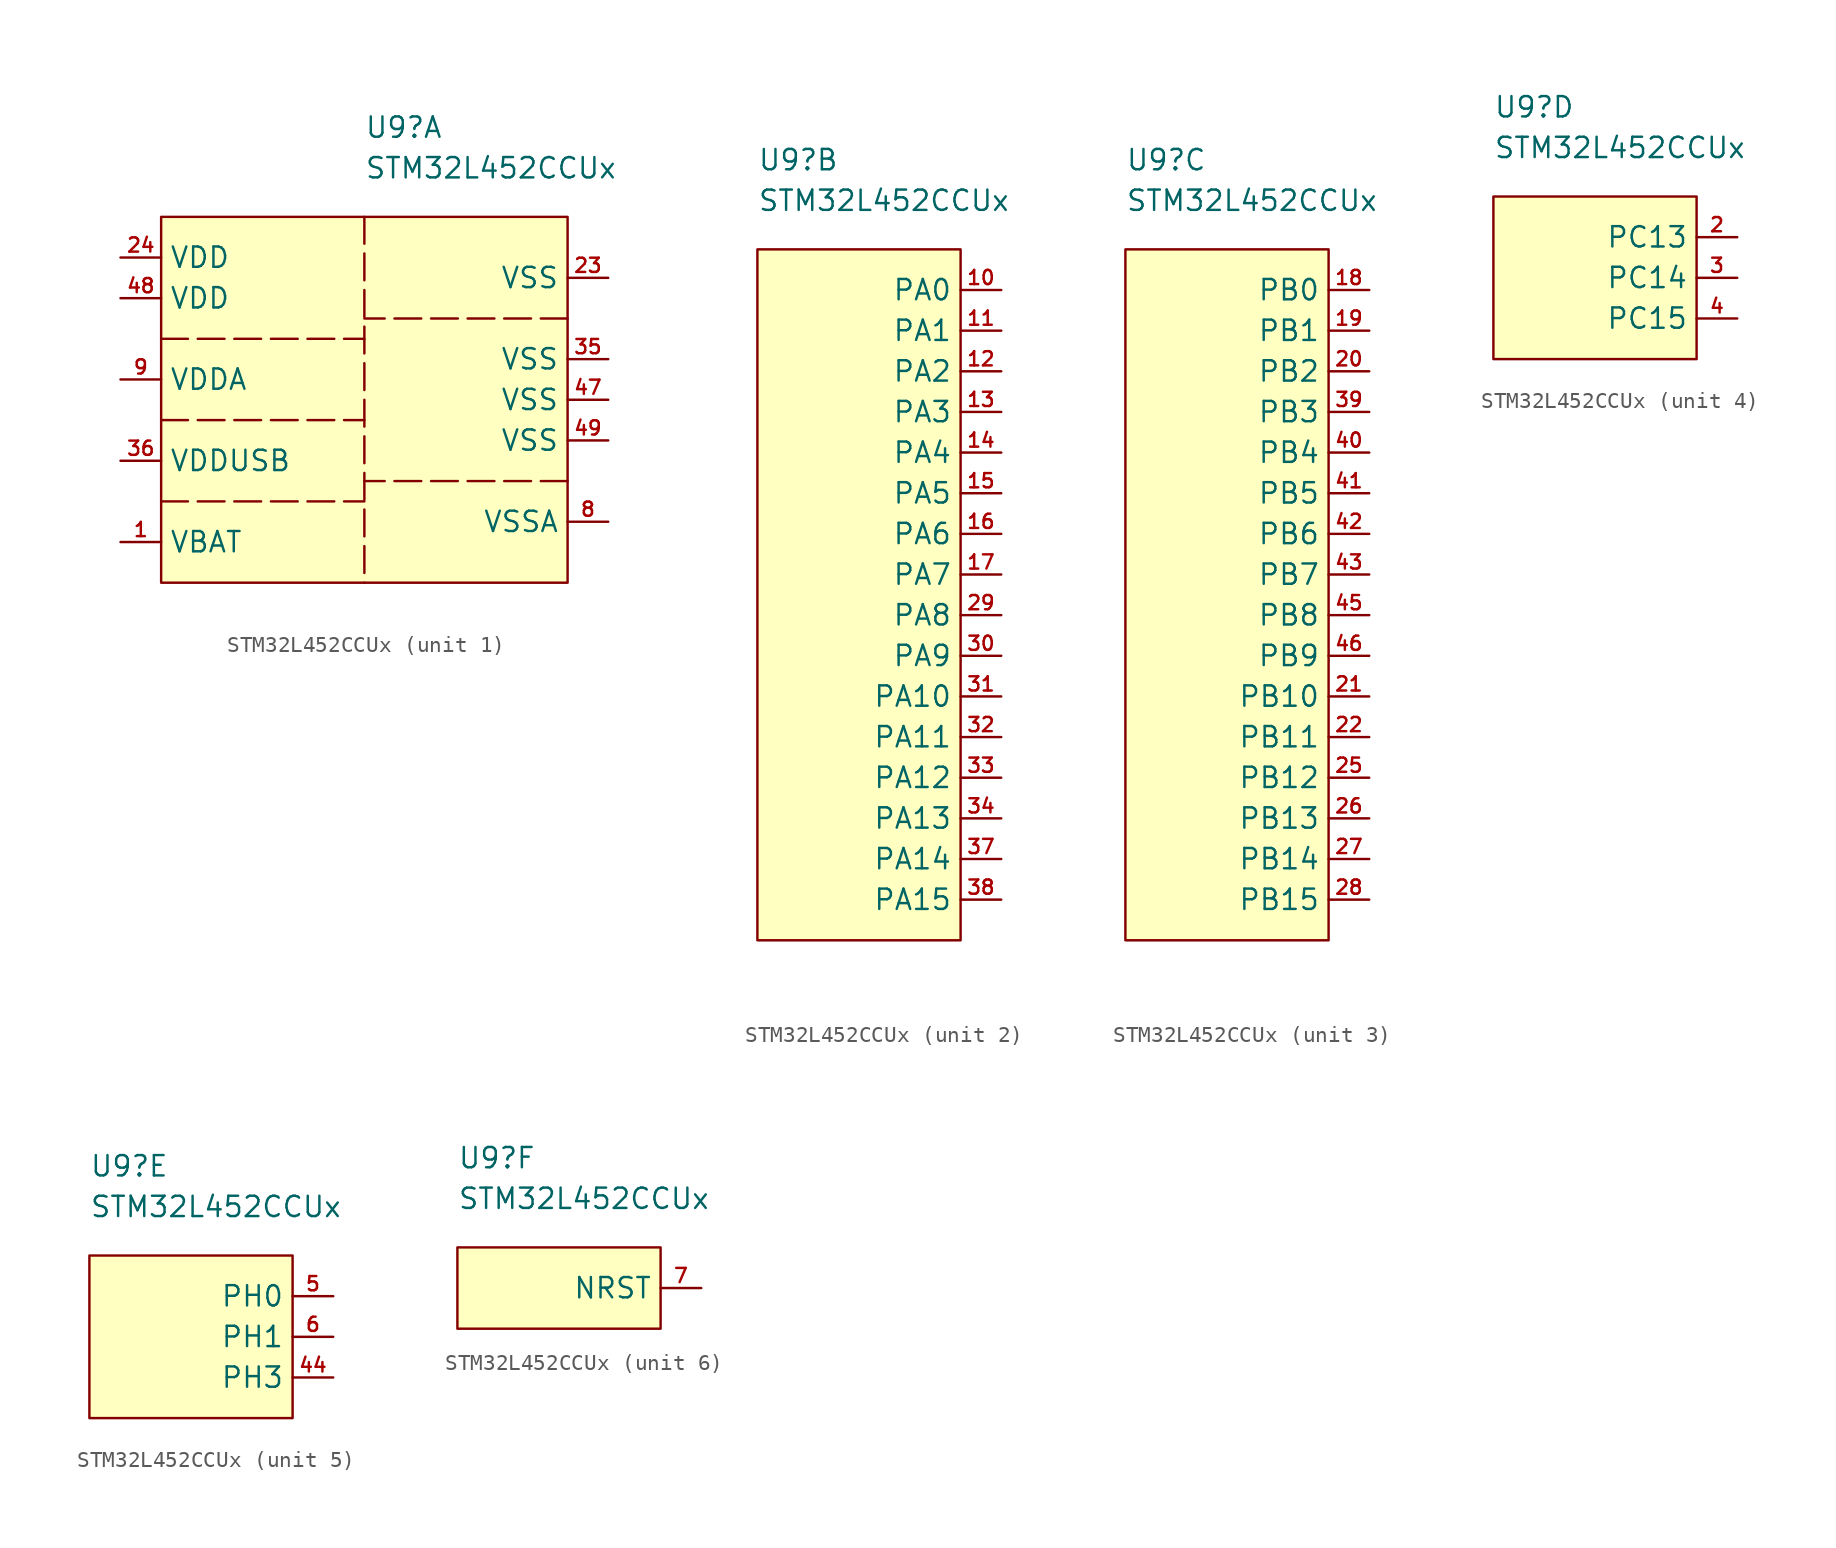
<source format=kicad_sym>
(kicad_symbol_lib
  (version 20241209)
  (generator "kicad_symbol_editor")
  (generator_version "9.0")
  (symbol "STM32L452CCUx"
    (property "Reference" "U9"
      (at 0 5.588 0)
      (effects (font (size 1.27 1.27)) (justify left)))
    (property "Value" "STM32L452CCUx"
      (at 0 3.048 0)
      (effects (font (size 1.27 1.27)) (justify left)))
    (property "ki_locked" ""
      (at 0 0 0)
      (effects (font (size 1.27 1.27))))
    (symbol "STM32L452CCUx_1_1"
      (rectangle (start -12.7 0) (end 12.7 -22.86) (stroke (width 0) (type solid)) (fill (type background)))
      (polyline (pts (xy -12.7 -7.62) (xy 0 -7.62)) (stroke (width 0) (type dash)) (fill (type none)))
      (polyline (pts (xy -12.7 -12.7) (xy 0 -12.7)) (stroke (width 0) (type dash)) (fill (type none)))
      (polyline (pts (xy -12.7 -17.78) (xy 0 -17.78)) (stroke (width 0) (type dash)) (fill (type none)))
      (polyline (pts (xy 0 0) (xy 0 -22.86)) (stroke (width 0) (type dash)) (fill (type none)))
      (polyline (pts (xy 12.7 -6.35) (xy 0 -6.35)) (stroke (width 0) (type dash)) (fill (type none)))
      (polyline (pts (xy 12.7 -16.51) (xy 0 -16.51)) (stroke (width 0) (type dash)) (fill (type none)))
      (pin power_in line (at -15.24 -2.54 0) (length 2.54) (name "VDD" (effects (font (size 1.27 1.27)))) (number "24" (effects (font (size 0.889 0.889)))))
      (pin power_in line (at -15.24 -5.08 0) (length 2.54) (name "VDD" (effects (font (size 1.27 1.27)))) (number "48" (effects (font (size 0.889 0.889)))))
      (pin power_in line (at -15.24 -10.16 0) (length 2.54) (name "VDDA" (effects (font (size 1.27 1.27)))) (number "9" (effects (font (size 0.889 0.889)))))
      (pin power_in line (at -15.24 -15.24 0) (length 2.54) (name "VDDUSB" (effects (font (size 1.27 1.27)))) (number "36" (effects (font (size 0.889 0.889)))))
      (pin power_in line (at -15.24 -20.32 0) (length 2.54) (name "VBAT" (effects (font (size 1.27 1.27)))) (number "1" (effects (font (size 0.889 0.889)))))
      (pin power_in line (at 15.24 -3.81 180) (length 2.54) (name "VSS" (effects (font (size 1.27 1.27)))) (number "23" (effects (font (size 0.889 0.889)))))
      (pin power_in line (at 15.24 -8.89 180) (length 2.54) (name "VSS" (effects (font (size 1.27 1.27)))) (number "35" (effects (font (size 0.889 0.889)))))
      (pin power_in line (at 15.24 -11.43 180) (length 2.54) (name "VSS" (effects (font (size 1.27 1.27)))) (number "47" (effects (font (size 0.889 0.889)))))
      (pin power_in line (at 15.24 -13.97 180) (length 2.54) (name "VSS" (effects (font (size 1.27 1.27)))) (number "49" (effects (font (size 0.889 0.889)))))
      (pin power_in line (at 15.24 -19.05 180) (length 2.54) (name "VSSA" (effects (font (size 1.27 1.27)))) (number "8" (effects (font (size 0.889 0.889))))))
    (symbol "STM32L452CCUx_2_1"
      (rectangle (start 0 0) (end 12.7 -43.18) (stroke (width 0) (type solid)) (fill (type background)))
      (pin bidirectional line (at 15.24 -2.54 180) (length 2.54) (name "PA0" (effects (font (size 1.27 1.27)))) (number "10" (effects (font (size 0.889 0.889)))) (alternate "ADC1_IN5" bidirectional line) (alternate "COMP1_INM" bidirectional line) (alternate "COMP1_OUT" bidirectional line) (alternate "OPAMP1_VINP" bidirectional line) (alternate "RTC_TAMP2" bidirectional line) (alternate "SAI1_EXTCLK" bidirectional line) (alternate "SYS_WKUP1" bidirectional line) (alternate "TIM2_CH1" bidirectional line) (alternate "TIM2_ETR" bidirectional line) (alternate "UART4_TX" bidirectional line) (alternate "USART2_CTS" bidirectional line))
      (pin bidirectional line (at 15.24 -5.08 180) (length 2.54) (name "PA1" (effects (font (size 1.27 1.27)))) (number "11" (effects (font (size 0.889 0.889)))) (alternate "ADC1_IN6" bidirectional line) (alternate "COMP1_INP" bidirectional line) (alternate "I2C1_SMBA" bidirectional line) (alternate "OPAMP1_VINM" bidirectional line) (alternate "SPI1_SCK" bidirectional line) (alternate "TIM15_CH1N" bidirectional line) (alternate "TIM2_CH2" bidirectional line) (alternate "UART4_RX" bidirectional line) (alternate "USART2_DE" bidirectional line) (alternate "USART2_RTS" bidirectional line))
      (pin bidirectional line (at 15.24 -7.62 180) (length 2.54) (name "PA2" (effects (font (size 1.27 1.27)))) (number "12" (effects (font (size 0.889 0.889)))) (alternate "ADC1_IN7" bidirectional line) (alternate "COMP2_INM" bidirectional line) (alternate "COMP2_OUT" bidirectional line) (alternate "LPUART1_TX" bidirectional line) (alternate "QUADSPI_BK1_NCS" bidirectional line) (alternate "RCC_LSCO" bidirectional line) (alternate "SYS_WKUP4" bidirectional line) (alternate "TIM15_CH1" bidirectional line) (alternate "TIM2_CH3" bidirectional line) (alternate "USART2_TX" bidirectional line))
      (pin bidirectional line (at 15.24 -10.16 180) (length 2.54) (name "PA3" (effects (font (size 1.27 1.27)))) (number "13" (effects (font (size 0.889 0.889)))) (alternate "ADC1_IN8" bidirectional line) (alternate "COMP2_INP" bidirectional line) (alternate "LPUART1_RX" bidirectional line) (alternate "OPAMP1_VOUT" bidirectional line) (alternate "QUADSPI_CLK" bidirectional line) (alternate "SAI1_MCLK_A" bidirectional line) (alternate "TIM15_CH2" bidirectional line) (alternate "TIM2_CH4" bidirectional line) (alternate "USART2_RX" bidirectional line))
      (pin bidirectional line (at 15.24 -12.7 180) (length 2.54) (name "PA4" (effects (font (size 1.27 1.27)))) (number "14" (effects (font (size 0.889 0.889)))) (alternate "ADC1_IN9" bidirectional line) (alternate "COMP1_INM" bidirectional line) (alternate "COMP2_INM" bidirectional line) (alternate "DAC1_OUT1" bidirectional line) (alternate "LPTIM2_OUT" bidirectional line) (alternate "SAI1_FS_B" bidirectional line) (alternate "SPI1_NSS" bidirectional line) (alternate "SPI3_NSS" bidirectional line) (alternate "USART2_CK" bidirectional line))
      (pin bidirectional line (at 15.24 -15.24 180) (length 2.54) (name "PA5" (effects (font (size 1.27 1.27)))) (number "15" (effects (font (size 0.889 0.889)))) (alternate "ADC1_IN10" bidirectional line) (alternate "COMP1_INM" bidirectional line) (alternate "COMP2_INM" bidirectional line) (alternate "DFSDM1_CKOUT" bidirectional line) (alternate "LPTIM2_ETR" bidirectional line) (alternate "SPI1_SCK" bidirectional line) (alternate "TIM2_CH1" bidirectional line) (alternate "TIM2_ETR" bidirectional line))
      (pin bidirectional line (at 15.24 -17.78 180) (length 2.54) (name "PA6" (effects (font (size 1.27 1.27)))) (number "16" (effects (font (size 0.889 0.889)))) (alternate "ADC1_IN11" bidirectional line) (alternate "COMP1_OUT" bidirectional line) (alternate "LPUART1_CTS" bidirectional line) (alternate "QUADSPI_BK1_IO3" bidirectional line) (alternate "SPI1_MISO" bidirectional line) (alternate "TIM16_CH1" bidirectional line) (alternate "TIM1_BKIN" bidirectional line) (alternate "TIM1_BKIN_COMP2" bidirectional line) (alternate "TIM3_CH1" bidirectional line) (alternate "USART3_CTS" bidirectional line))
      (pin bidirectional line (at 15.24 -20.32 180) (length 2.54) (name "PA7" (effects (font (size 1.27 1.27)))) (number "17" (effects (font (size 0.889 0.889)))) (alternate "ADC1_IN12" bidirectional line) (alternate "COMP2_OUT" bidirectional line) (alternate "DFSDM1_DATIN0" bidirectional line) (alternate "I2C3_SCL" bidirectional line) (alternate "QUADSPI_BK1_IO2" bidirectional line) (alternate "SPI1_MOSI" bidirectional line) (alternate "TIM1_CH1N" bidirectional line) (alternate "TIM3_CH2" bidirectional line))
      (pin bidirectional line (at 15.24 -22.86 180) (length 2.54) (name "PA8" (effects (font (size 1.27 1.27)))) (number "29" (effects (font (size 0.889 0.889)))) (alternate "DFSDM1_CKIN1" bidirectional line) (alternate "LPTIM2_OUT" bidirectional line) (alternate "RCC_MCO" bidirectional line) (alternate "SAI1_SCK_A" bidirectional line) (alternate "TIM1_CH1" bidirectional line) (alternate "USART1_CK" bidirectional line))
      (pin bidirectional line (at 15.24 -25.4 180) (length 2.54) (name "PA9" (effects (font (size 1.27 1.27)))) (number "30" (effects (font (size 0.889 0.889)))) (alternate "DAC1_EXTI9" bidirectional line) (alternate "DFSDM1_DATIN1" bidirectional line) (alternate "I2C1_SCL" bidirectional line) (alternate "SAI1_FS_A" bidirectional line) (alternate "TIM15_BKIN" bidirectional line) (alternate "TIM1_CH2" bidirectional line) (alternate "USART1_TX" bidirectional line))
      (pin bidirectional line (at 15.24 -27.94 180) (length 2.54) (name "PA10" (effects (font (size 1.27 1.27)))) (number "31" (effects (font (size 0.889 0.889)))) (alternate "CRS_SYNC" bidirectional line) (alternate "I2C1_SDA" bidirectional line) (alternate "SAI1_SD_A" bidirectional line) (alternate "TIM1_CH3" bidirectional line) (alternate "USART1_RX" bidirectional line))
      (pin bidirectional line (at 15.24 -30.48 180) (length 2.54) (name "PA11" (effects (font (size 1.27 1.27)))) (number "32" (effects (font (size 0.889 0.889)))) (alternate "ADC1_EXTI11" bidirectional line) (alternate "CAN1_RX" bidirectional line) (alternate "COMP1_OUT" bidirectional line) (alternate "SPI1_MISO" bidirectional line) (alternate "TIM1_BKIN2" bidirectional line) (alternate "TIM1_BKIN2_COMP1" bidirectional line) (alternate "TIM1_CH4" bidirectional line) (alternate "USART1_CTS" bidirectional line) (alternate "USB_DM" bidirectional line))
      (pin bidirectional line (at 15.24 -33.02 180) (length 2.54) (name "PA12" (effects (font (size 1.27 1.27)))) (number "33" (effects (font (size 0.889 0.889)))) (alternate "CAN1_TX" bidirectional line) (alternate "SPI1_MOSI" bidirectional line) (alternate "TIM1_ETR" bidirectional line) (alternate "USART1_DE" bidirectional line) (alternate "USART1_RTS" bidirectional line) (alternate "USB_DP" bidirectional line))
      (pin bidirectional line (at 15.24 -35.56 180) (length 2.54) (name "PA13" (effects (font (size 1.27 1.27)))) (number "34" (effects (font (size 0.889 0.889)))) (alternate "IR_OUT" bidirectional line) (alternate "SAI1_SD_B" bidirectional line) (alternate "SYS_JTMS-SWDIO" bidirectional line) (alternate "USB_NOE" bidirectional line))
      (pin bidirectional line (at 15.24 -38.1 180) (length 2.54) (name "PA14" (effects (font (size 1.27 1.27)))) (number "37" (effects (font (size 0.889 0.889)))) (alternate "I2C1_SMBA" bidirectional line) (alternate "I2C4_SMBA" bidirectional line) (alternate "LPTIM1_OUT" bidirectional line) (alternate "SAI1_FS_B" bidirectional line) (alternate "SYS_JTCK-SWCLK" bidirectional line))
      (pin bidirectional line (at 15.24 -40.64 180) (length 2.54) (name "PA15" (effects (font (size 1.27 1.27)))) (number "38" (effects (font (size 0.889 0.889)))) (alternate "ADC1_EXTI15" bidirectional line) (alternate "SPI1_NSS" bidirectional line) (alternate "SPI3_NSS" bidirectional line) (alternate "SYS_JTDI" bidirectional line) (alternate "TIM2_CH1" bidirectional line) (alternate "TIM2_ETR" bidirectional line) (alternate "UART4_DE" bidirectional line) (alternate "UART4_RTS" bidirectional line) (alternate "USART2_RX" bidirectional line) (alternate "USART3_DE" bidirectional line) (alternate "USART3_RTS" bidirectional line)))
    (symbol "STM32L452CCUx_3_1"
      (rectangle (start 0 0) (end 12.7 -43.18) (stroke (width 0) (type solid)) (fill (type background)))
      (pin bidirectional line (at 15.24 -2.54 180) (length 2.54) (name "PB0" (effects (font (size 1.27 1.27)))) (number "18" (effects (font (size 0.889 0.889)))) (alternate "ADC1_IN15" bidirectional line) (alternate "COMP1_OUT" bidirectional line) (alternate "DFSDM1_CKIN0" bidirectional line) (alternate "QUADSPI_BK1_IO1" bidirectional line) (alternate "SAI1_EXTCLK" bidirectional line) (alternate "SPI1_NSS" bidirectional line) (alternate "TIM1_CH2N" bidirectional line) (alternate "TIM3_CH3" bidirectional line) (alternate "USART3_CK" bidirectional line))
      (pin bidirectional line (at 15.24 -5.08 180) (length 2.54) (name "PB1" (effects (font (size 1.27 1.27)))) (number "19" (effects (font (size 0.889 0.889)))) (alternate "ADC1_IN16" bidirectional line) (alternate "COMP1_INM" bidirectional line) (alternate "DFSDM1_DATIN0" bidirectional line) (alternate "LPTIM2_IN1" bidirectional line) (alternate "LPUART1_DE" bidirectional line) (alternate "LPUART1_RTS" bidirectional line) (alternate "QUADSPI_BK1_IO0" bidirectional line) (alternate "TIM1_CH3N" bidirectional line) (alternate "TIM3_CH4" bidirectional line) (alternate "USART3_DE" bidirectional line) (alternate "USART3_RTS" bidirectional line))
      (pin bidirectional line (at 15.24 -7.62 180) (length 2.54) (name "PB2" (effects (font (size 1.27 1.27)))) (number "20" (effects (font (size 0.889 0.889)))) (alternate "COMP1_INP" bidirectional line) (alternate "DFSDM1_CKIN0" bidirectional line) (alternate "I2C3_SMBA" bidirectional line) (alternate "LPTIM1_OUT" bidirectional line) (alternate "RTC_OUT_ALARM" bidirectional line) (alternate "RTC_OUT_CALIB" bidirectional line))
      (pin bidirectional line (at 15.24 -10.16 180) (length 2.54) (name "PB3" (effects (font (size 1.27 1.27)))) (number "39" (effects (font (size 0.889 0.889)))) (alternate "COMP2_INM" bidirectional line) (alternate "SAI1_SCK_B" bidirectional line) (alternate "SPI1_SCK" bidirectional line) (alternate "SPI3_SCK" bidirectional line) (alternate "SYS_JTDO-SWO" bidirectional line) (alternate "TIM2_CH2" bidirectional line) (alternate "USART1_DE" bidirectional line) (alternate "USART1_RTS" bidirectional line))
      (pin bidirectional line (at 15.24 -12.7 180) (length 2.54) (name "PB4" (effects (font (size 1.27 1.27)))) (number "40" (effects (font (size 0.889 0.889)))) (alternate "COMP2_INP" bidirectional line) (alternate "I2C3_SDA" bidirectional line) (alternate "SAI1_MCLK_B" bidirectional line) (alternate "SPI1_MISO" bidirectional line) (alternate "SPI3_MISO" bidirectional line) (alternate "SYS_JTRST" bidirectional line) (alternate "TIM3_CH1" bidirectional line) (alternate "TSC_G2_IO1" bidirectional line) (alternate "USART1_CTS" bidirectional line))
      (pin bidirectional line (at 15.24 -15.24 180) (length 2.54) (name "PB5" (effects (font (size 1.27 1.27)))) (number "41" (effects (font (size 0.889 0.889)))) (alternate "CAN1_RX" bidirectional line) (alternate "COMP2_OUT" bidirectional line) (alternate "I2C1_SMBA" bidirectional line) (alternate "LPTIM1_IN1" bidirectional line) (alternate "SAI1_SD_B" bidirectional line) (alternate "SPI1_MOSI" bidirectional line) (alternate "SPI3_MOSI" bidirectional line) (alternate "TIM16_BKIN" bidirectional line) (alternate "TIM3_CH2" bidirectional line) (alternate "TSC_G2_IO2" bidirectional line) (alternate "USART1_CK" bidirectional line))
      (pin bidirectional line (at 15.24 -17.78 180) (length 2.54) (name "PB6" (effects (font (size 1.27 1.27)))) (number "42" (effects (font (size 0.889 0.889)))) (alternate "CAN1_TX" bidirectional line) (alternate "COMP2_INP" bidirectional line) (alternate "I2C1_SCL" bidirectional line) (alternate "I2C4_SCL" bidirectional line) (alternate "LPTIM1_ETR" bidirectional line) (alternate "SAI1_FS_B" bidirectional line) (alternate "TIM16_CH1N" bidirectional line) (alternate "TSC_G2_IO3" bidirectional line) (alternate "USART1_TX" bidirectional line))
      (pin bidirectional line (at 15.24 -20.32 180) (length 2.54) (name "PB7" (effects (font (size 1.27 1.27)))) (number "43" (effects (font (size 0.889 0.889)))) (alternate "COMP2_INM" bidirectional line) (alternate "I2C1_SDA" bidirectional line) (alternate "I2C4_SDA" bidirectional line) (alternate "LPTIM1_IN2" bidirectional line) (alternate "SYS_PVD_IN" bidirectional line) (alternate "TSC_G2_IO4" bidirectional line) (alternate "UART4_CTS" bidirectional line) (alternate "USART1_RX" bidirectional line))
      (pin bidirectional line (at 15.24 -22.86 180) (length 2.54) (name "PB8" (effects (font (size 1.27 1.27)))) (number "45" (effects (font (size 0.889 0.889)))) (alternate "CAN1_RX" bidirectional line) (alternate "I2C1_SCL" bidirectional line) (alternate "SAI1_MCLK_A" bidirectional line) (alternate "TIM16_CH1" bidirectional line))
      (pin bidirectional line (at 15.24 -25.4 180) (length 2.54) (name "PB9" (effects (font (size 1.27 1.27)))) (number "46" (effects (font (size 0.889 0.889)))) (alternate "CAN1_TX" bidirectional line) (alternate "DAC1_EXTI9" bidirectional line) (alternate "I2C1_SDA" bidirectional line) (alternate "IR_OUT" bidirectional line) (alternate "SAI1_FS_A" bidirectional line) (alternate "SPI2_NSS" bidirectional line))
      (pin bidirectional line (at 15.24 -27.94 180) (length 2.54) (name "PB10" (effects (font (size 1.27 1.27)))) (number "21" (effects (font (size 0.889 0.889)))) (alternate "COMP1_OUT" bidirectional line) (alternate "I2C2_SCL" bidirectional line) (alternate "I2C4_SCL" bidirectional line) (alternate "LPUART1_RX" bidirectional line) (alternate "QUADSPI_CLK" bidirectional line) (alternate "SAI1_SCK_A" bidirectional line) (alternate "SPI2_SCK" bidirectional line) (alternate "TIM2_CH3" bidirectional line) (alternate "TSC_SYNC" bidirectional line) (alternate "USART3_TX" bidirectional line))
      (pin bidirectional line (at 15.24 -30.48 180) (length 2.54) (name "PB11" (effects (font (size 1.27 1.27)))) (number "22" (effects (font (size 0.889 0.889)))) (alternate "ADC1_EXTI11" bidirectional line) (alternate "COMP2_OUT" bidirectional line) (alternate "I2C2_SDA" bidirectional line) (alternate "I2C4_SDA" bidirectional line) (alternate "LPUART1_TX" bidirectional line) (alternate "QUADSPI_BK1_NCS" bidirectional line) (alternate "TIM2_CH4" bidirectional line) (alternate "USART3_RX" bidirectional line))
      (pin bidirectional line (at 15.24 -33.02 180) (length 2.54) (name "PB12" (effects (font (size 1.27 1.27)))) (number "25" (effects (font (size 0.889 0.889)))) (alternate "CAN1_RX" bidirectional line) (alternate "DFSDM1_DATIN1" bidirectional line) (alternate "I2C2_SMBA" bidirectional line) (alternate "LPUART1_DE" bidirectional line) (alternate "LPUART1_RTS" bidirectional line) (alternate "SAI1_FS_A" bidirectional line) (alternate "SPI2_NSS" bidirectional line) (alternate "TIM15_BKIN" bidirectional line) (alternate "TIM1_BKIN" bidirectional line) (alternate "TIM1_BKIN_COMP2" bidirectional line) (alternate "TSC_G1_IO1" bidirectional line) (alternate "USART3_CK" bidirectional line))
      (pin bidirectional line (at 15.24 -35.56 180) (length 2.54) (name "PB13" (effects (font (size 1.27 1.27)))) (number "26" (effects (font (size 0.889 0.889)))) (alternate "CAN1_TX" bidirectional line) (alternate "DFSDM1_CKIN1" bidirectional line) (alternate "I2C2_SCL" bidirectional line) (alternate "LPUART1_CTS" bidirectional line) (alternate "SAI1_SCK_A" bidirectional line) (alternate "SPI2_SCK" bidirectional line) (alternate "TIM15_CH1N" bidirectional line) (alternate "TIM1_CH1N" bidirectional line) (alternate "TSC_G1_IO2" bidirectional line) (alternate "USART3_CTS" bidirectional line))
      (pin bidirectional line (at 15.24 -38.1 180) (length 2.54) (name "PB14" (effects (font (size 1.27 1.27)))) (number "27" (effects (font (size 0.889 0.889)))) (alternate "DFSDM1_DATIN2" bidirectional line) (alternate "I2C2_SDA" bidirectional line) (alternate "SAI1_MCLK_A" bidirectional line) (alternate "SPI2_MISO" bidirectional line) (alternate "TIM15_CH1" bidirectional line) (alternate "TIM1_CH2N" bidirectional line) (alternate "TSC_G1_IO3" bidirectional line) (alternate "USART3_DE" bidirectional line) (alternate "USART3_RTS" bidirectional line))
      (pin bidirectional line (at 15.24 -40.64 180) (length 2.54) (name "PB15" (effects (font (size 1.27 1.27)))) (number "28" (effects (font (size 0.889 0.889)))) (alternate "ADC1_EXTI15" bidirectional line) (alternate "DFSDM1_CKIN2" bidirectional line) (alternate "RTC_REFIN" bidirectional line) (alternate "SAI1_SD_A" bidirectional line) (alternate "SPI2_MOSI" bidirectional line) (alternate "TIM15_CH2" bidirectional line) (alternate "TIM1_CH3N" bidirectional line) (alternate "TSC_G1_IO4" bidirectional line)))
    (symbol "STM32L452CCUx_4_1"
      (rectangle (start 0 0) (end 12.7 -10.16) (stroke (width 0) (type solid)) (fill (type background)))
      (pin bidirectional line (at 15.24 -2.54 180) (length 2.54) (name "PC13" (effects (font (size 1.27 1.27)))) (number "2" (effects (font (size 0.889 0.889)))) (alternate "RTC_OUT_ALARM" bidirectional line) (alternate "RTC_OUT_CALIB" bidirectional line) (alternate "RTC_TAMP1" bidirectional line) (alternate "RTC_TS" bidirectional line) (alternate "SYS_WKUP2" bidirectional line))
      (pin bidirectional line (at 15.24 -5.08 180) (length 2.54) (name "PC14" (effects (font (size 1.27 1.27)))) (number "3" (effects (font (size 0.889 0.889)))) (alternate "RCC_OSC32_IN" bidirectional line))
      (pin bidirectional line (at 15.24 -7.62 180) (length 2.54) (name "PC15" (effects (font (size 1.27 1.27)))) (number "4" (effects (font (size 0.889 0.889)))) (alternate "ADC1_EXTI15" bidirectional line) (alternate "RCC_OSC32_OUT" bidirectional line)))
    (symbol "STM32L452CCUx_5_1"
      (rectangle (start 0 0) (end 12.7 -10.16) (stroke (width 0) (type solid)) (fill (type background)))
      (pin bidirectional line (at 15.24 -2.54 180) (length 2.54) (name "PH0" (effects (font (size 1.27 1.27)))) (number "5" (effects (font (size 0.889 0.889)))) (alternate "RCC_OSC_IN" bidirectional line))
      (pin bidirectional line (at 15.24 -5.08 180) (length 2.54) (name "PH1" (effects (font (size 1.27 1.27)))) (number "6" (effects (font (size 0.889 0.889)))) (alternate "RCC_OSC_OUT" bidirectional line))
      (pin bidirectional line (at 15.24 -7.62 180) (length 2.54) (name "PH3" (effects (font (size 1.27 1.27)))) (number "44" (effects (font (size 0.889 0.889)))) (alternate "BOOT0" input line)))
    (symbol "STM32L452CCUx_6_1"
      (rectangle (start 0 0) (end 12.7 -5.08) (stroke (width 0) (type solid)) (fill (type background)))
      (pin input line (at 15.24 -2.54 180) (length 2.54) (name "NRST" (effects (font (size 1.27 1.27)))) (number "7" (effects (font (size 0.889 0.889))))))))
</source>
